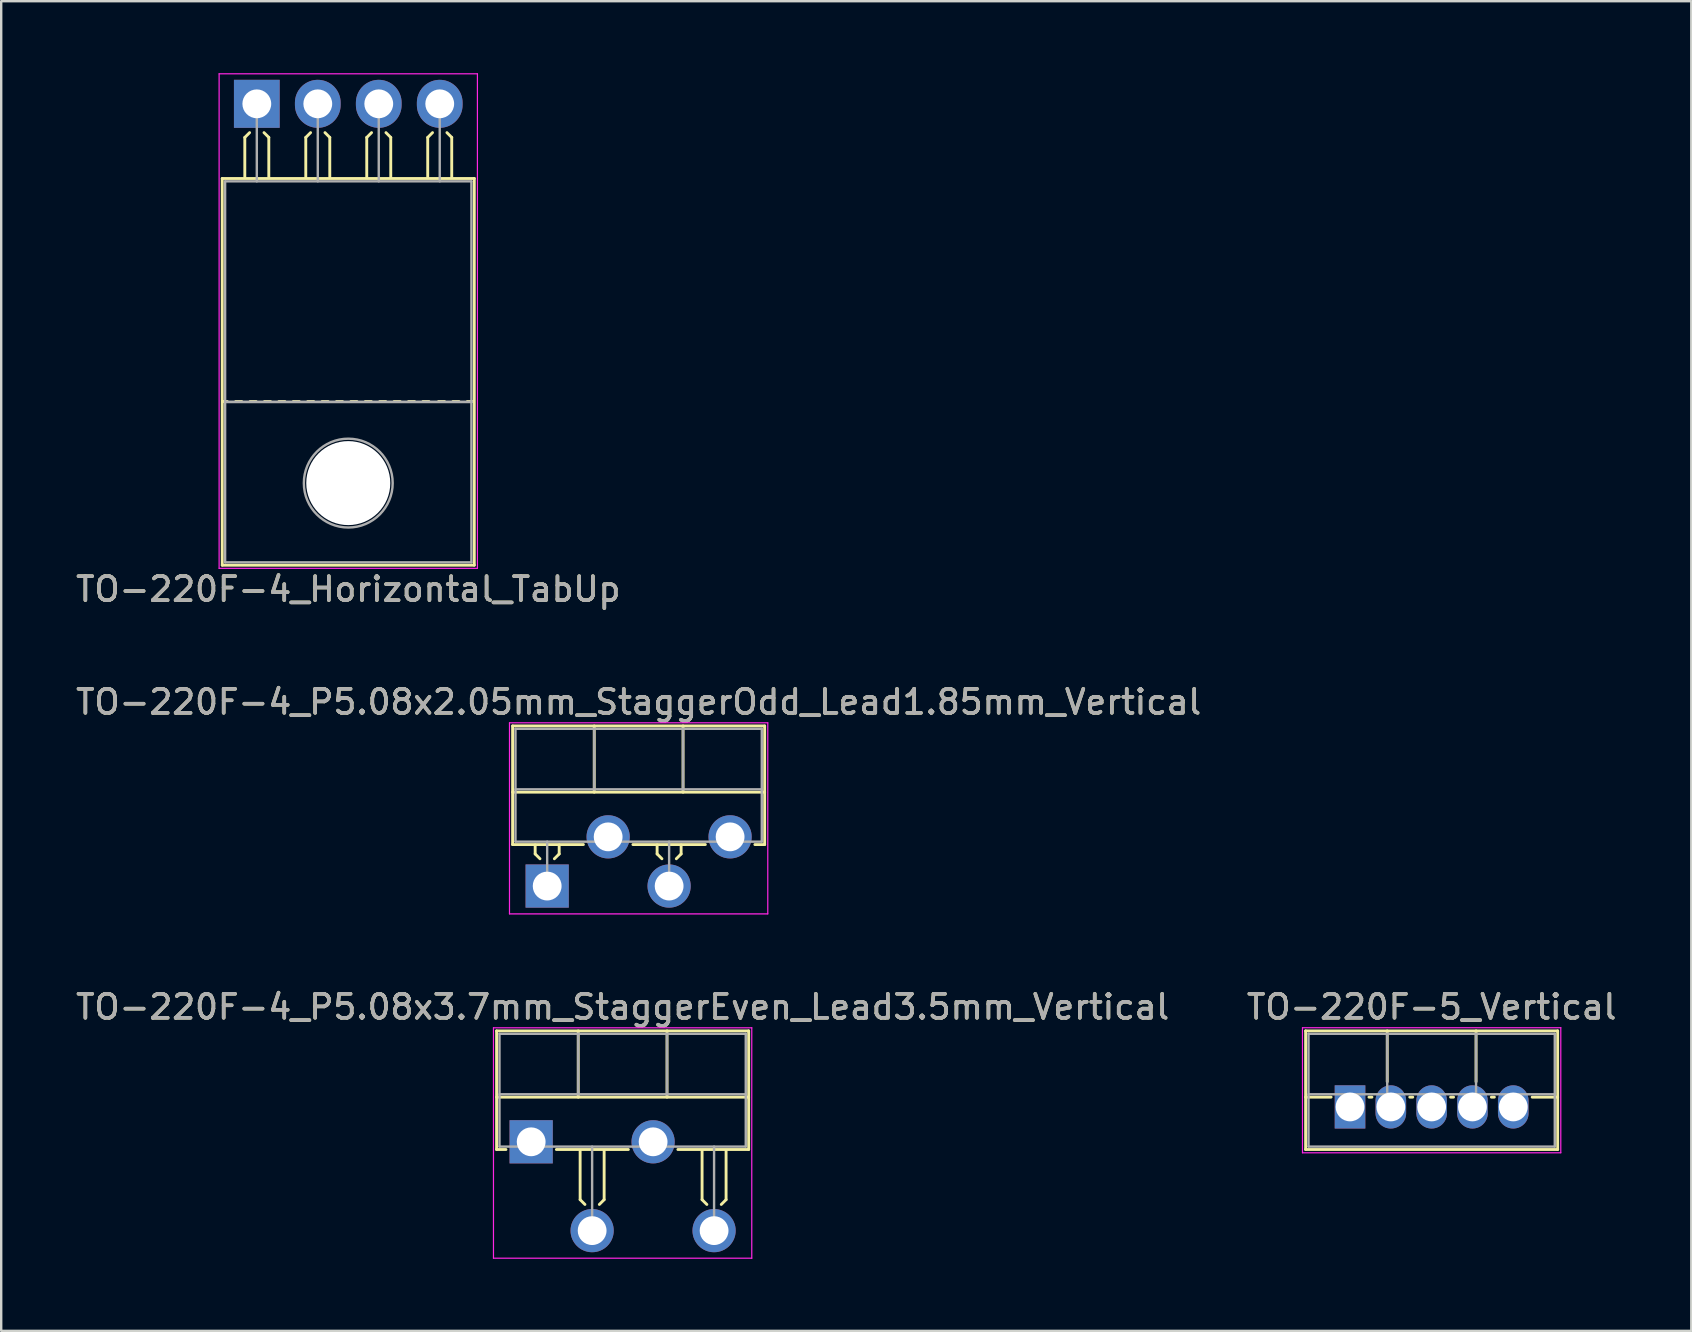
<source format=kicad_pcb>
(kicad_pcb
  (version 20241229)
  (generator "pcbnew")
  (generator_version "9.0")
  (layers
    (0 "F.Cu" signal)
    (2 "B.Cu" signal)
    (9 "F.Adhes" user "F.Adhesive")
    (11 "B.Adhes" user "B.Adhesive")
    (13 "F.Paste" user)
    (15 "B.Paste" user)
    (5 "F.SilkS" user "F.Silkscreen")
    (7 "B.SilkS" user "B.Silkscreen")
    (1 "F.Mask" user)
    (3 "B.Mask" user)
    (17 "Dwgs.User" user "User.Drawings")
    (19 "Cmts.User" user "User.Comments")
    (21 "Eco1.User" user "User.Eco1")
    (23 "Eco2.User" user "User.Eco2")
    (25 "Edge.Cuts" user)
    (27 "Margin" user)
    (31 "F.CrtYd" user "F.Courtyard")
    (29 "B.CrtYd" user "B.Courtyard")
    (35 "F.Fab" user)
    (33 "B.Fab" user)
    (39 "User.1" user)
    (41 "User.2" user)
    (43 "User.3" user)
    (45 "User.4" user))
  (footprint "TO-220F-4_P5.08x3.7mm_StaggerEven_Lead3.5mm_Vertical"
    (layer "F.Cu")
    (at 19.077 44.515)
    (property "Reference" "TO-220F-4_P5.08x3.7mm_StaggerEven_Lead3.5mm_Vertical" (at 3.81 -5.62 0) (layer "F.SilkS") (effects (font (size 1 1) (thickness 0.15))))
    (attr through_hole)
    (fp_line (start -1.44 -4.62) (end -1.44 0.321) (stroke (width 0.12) (type solid)) (layer "F.SilkS"))
    (fp_line (start -1.44 -4.62) (end 9.06 -4.62) (stroke (width 0.12) (type solid)) (layer "F.SilkS"))
    (fp_line (start -1.44 -1.861) (end 9.06 -1.861) (stroke (width 0.12) (type solid)) (layer "F.SilkS"))
    (fp_line (start -1.44 0.321) (end -1.05 0.321) (stroke (width 0.12) (type solid)) (layer "F.SilkS"))
    (fp_line (start 1.05 0.321) (end 4.049 0.321) (stroke (width 0.12) (type solid)) (layer "F.SilkS"))
    (fp_line (start 1.96 -4.62) (end 1.96 -1.861) (stroke (width 0.12) (type solid)) (layer "F.SilkS"))
    (fp_line (start 2.04 0.381) (end 2.04 2.41) (stroke (width 0.12) (type solid)) (layer "F.SilkS"))
    (fp_line (start 2.04 2.41) (end 2.24 2.61) (stroke (width 0.12) (type solid)) (layer "F.SilkS"))
    (fp_line (start 3.04 0.381) (end 3.04 2.41) (stroke (width 0.12) (type solid)) (layer "F.SilkS"))
    (fp_line (start 3.04 2.41) (end 2.84 2.61) (stroke (width 0.12) (type solid)) (layer "F.SilkS"))
    (fp_line (start 5.66 -4.62) (end 5.66 -1.861) (stroke (width 0.12) (type solid)) (layer "F.SilkS"))
    (fp_line (start 6.112 0.321) (end 9.06 0.321) (stroke (width 0.12) (type solid)) (layer "F.SilkS"))
    (fp_line (start 7.12 0.381) (end 7.12 2.41) (stroke (width 0.12) (type solid)) (layer "F.SilkS"))
    (fp_line (start 7.12 2.41) (end 7.32 2.61) (stroke (width 0.12) (type solid)) (layer "F.SilkS"))
    (fp_line (start 8.12 0.381) (end 8.12 2.41) (stroke (width 0.12) (type solid)) (layer "F.SilkS"))
    (fp_line (start 8.12 2.41) (end 7.92 2.61) (stroke (width 0.12) (type solid)) (layer "F.SilkS"))
    (fp_line (start 9.06 -4.62) (end 9.06 0.321) (stroke (width 0.12) (type solid)) (layer "F.SilkS"))
    (fp_line (start -1.57 -4.75) (end -1.57 4.85) (stroke (width 0.05) (type solid)) (layer "F.CrtYd"))
    (fp_line (start -1.57 4.85) (end 9.19 4.85) (stroke (width 0.05) (type solid)) (layer "F.CrtYd"))
    (fp_line (start 9.19 -4.75) (end -1.57 -4.75) (stroke (width 0.05) (type solid)) (layer "F.CrtYd"))
    (fp_line (start 9.19 4.85) (end 9.19 -4.75) (stroke (width 0.05) (type solid)) (layer "F.CrtYd"))
    (fp_line (start -1.32 -4.5) (end -1.32 0.2) (stroke (width 0.1) (type solid)) (layer "F.Fab"))
    (fp_line (start -1.32 -1.98) (end 8.94 -1.98) (stroke (width 0.1) (type solid)) (layer "F.Fab"))
    (fp_line (start -1.32 0.2) (end 8.94 0.2) (stroke (width 0.1) (type solid)) (layer "F.Fab"))
    (fp_line (start 1.96 -4.5) (end 1.96 -1.98) (stroke (width 0.1) (type solid)) (layer "F.Fab"))
    (fp_line (start 2.54 0.2) (end 2.54 3.7) (stroke (width 0.1) (type solid)) (layer "F.Fab"))
    (fp_line (start 5.66 -4.5) (end 5.66 -1.98) (stroke (width 0.1) (type solid)) (layer "F.Fab"))
    (fp_line (start 7.62 0.2) (end 7.62 3.7) (stroke (width 0.1) (type solid)) (layer "F.Fab"))
    (fp_line (start 8.94 -4.5) (end -1.32 -4.5) (stroke (width 0.1) (type solid)) (layer "F.Fab"))
    (fp_line (start 8.94 0.2) (end 8.94 -4.5) (stroke (width 0.1) (type solid)) (layer "F.Fab"))
    (fp_text user "${REFERENCE}" (at 3.81 -5.62 0) (layer "F.Fab") (effects (font (size 1 1) (thickness 0.15))))
    (pad "1" thru_hole rect (at 0 0) (size 1.8 1.8) (drill 1.2) (layers "*.Cu" "*.Mask"))
    (pad "2" thru_hole oval (at 2.54 3.7) (size 1.8 1.8) (drill 1.2) (layers "*.Cu" "*.Mask"))
    (pad "3" thru_hole oval (at 5.08 0) (size 1.8 1.8) (drill 1.2) (layers "*.Cu" "*.Mask"))
    (pad "4" thru_hole oval (at 7.62 3.7) (size 1.8 1.8) (drill 1.2) (layers "*.Cu" "*.Mask")))
  (footprint "TO-220F-4_P5.08x2.05mm_StaggerOdd_Lead1.85mm_Vertical"
    (layer "F.Cu")
    (at 19.744 33.861)
    (property "Reference" "TO-220F-4_P5.08x2.05mm_StaggerOdd_Lead1.85mm_Vertical" (at 3.81 -7.67 0) (layer "F.SilkS") (effects (font (size 1 1) (thickness 0.15))))
    (attr through_hole)
    (fp_line (start -1.44 -6.67) (end -1.44 -1.729) (stroke (width 0.12) (type solid)) (layer "F.SilkS"))
    (fp_line (start -1.44 -6.67) (end 9.06 -6.67) (stroke (width 0.12) (type solid)) (layer "F.SilkS"))
    (fp_line (start -1.44 -3.911) (end 9.06 -3.911) (stroke (width 0.12) (type solid)) (layer "F.SilkS"))
    (fp_line (start -1.44 -1.729) (end 1.509 -1.729) (stroke (width 0.12) (type solid)) (layer "F.SilkS"))
    (fp_line (start -0.5 -1.714) (end -0.5 -1.337) (stroke (width 0.12) (type solid)) (layer "F.SilkS"))
    (fp_line (start -0.5 -1.337) (end -0.3 -1.137) (stroke (width 0.12) (type solid)) (layer "F.SilkS"))
    (fp_line (start 0.5 -1.714) (end 0.5 -1.337) (stroke (width 0.12) (type solid)) (layer "F.SilkS"))
    (fp_line (start 0.5 -1.337) (end 0.3 -1.137) (stroke (width 0.12) (type solid)) (layer "F.SilkS"))
    (fp_line (start 1.96 -6.67) (end 1.96 -3.911) (stroke (width 0.12) (type solid)) (layer "F.SilkS"))
    (fp_line (start 3.572 -1.729) (end 6.589 -1.729) (stroke (width 0.12) (type solid)) (layer "F.SilkS"))
    (fp_line (start 4.58 -1.714) (end 4.58 -1.337) (stroke (width 0.12) (type solid)) (layer "F.SilkS"))
    (fp_line (start 4.58 -1.337) (end 4.78 -1.137) (stroke (width 0.12) (type solid)) (layer "F.SilkS"))
    (fp_line (start 5.58 -1.714) (end 5.58 -1.337) (stroke (width 0.12) (type solid)) (layer "F.SilkS"))
    (fp_line (start 5.58 -1.337) (end 5.38 -1.137) (stroke (width 0.12) (type solid)) (layer "F.SilkS"))
    (fp_line (start 5.66 -6.67) (end 5.66 -3.911) (stroke (width 0.12) (type solid)) (layer "F.SilkS"))
    (fp_line (start 8.652 -1.729) (end 9.06 -1.729) (stroke (width 0.12) (type solid)) (layer "F.SilkS"))
    (fp_line (start 9.06 -6.67) (end 9.06 -1.729) (stroke (width 0.12) (type solid)) (layer "F.SilkS"))
    (fp_line (start -1.57 -6.8) (end -1.57 1.16) (stroke (width 0.05) (type solid)) (layer "F.CrtYd"))
    (fp_line (start -1.57 1.16) (end 9.19 1.16) (stroke (width 0.05) (type solid)) (layer "F.CrtYd"))
    (fp_line (start 9.19 -6.8) (end -1.57 -6.8) (stroke (width 0.05) (type solid)) (layer "F.CrtYd"))
    (fp_line (start 9.19 1.16) (end 9.19 -6.8) (stroke (width 0.05) (type solid)) (layer "F.CrtYd"))
    (fp_line (start -1.32 -6.55) (end -1.32 -1.85) (stroke (width 0.1) (type solid)) (layer "F.Fab"))
    (fp_line (start -1.32 -4.03) (end 8.94 -4.03) (stroke (width 0.1) (type solid)) (layer "F.Fab"))
    (fp_line (start -1.32 -1.85) (end 8.94 -1.85) (stroke (width 0.1) (type solid)) (layer "F.Fab"))
    (fp_line (start 0 -1.85) (end 0 0) (stroke (width 0.1) (type solid)) (layer "F.Fab"))
    (fp_line (start 1.96 -6.55) (end 1.96 -4.03) (stroke (width 0.1) (type solid)) (layer "F.Fab"))
    (fp_line (start 5.08 -1.85) (end 5.08 0) (stroke (width 0.1) (type solid)) (layer "F.Fab"))
    (fp_line (start 5.66 -6.55) (end 5.66 -4.03) (stroke (width 0.1) (type solid)) (layer "F.Fab"))
    (fp_line (start 8.94 -6.55) (end -1.32 -6.55) (stroke (width 0.1) (type solid)) (layer "F.Fab"))
    (fp_line (start 8.94 -1.85) (end 8.94 -6.55) (stroke (width 0.1) (type solid)) (layer "F.Fab"))
    (fp_text user "${REFERENCE}" (at 3.81 -7.67 0) (layer "F.Fab") (effects (font (size 1 1) (thickness 0.15))))
    (pad "1" thru_hole rect (at 0 0) (size 1.8 1.8) (drill 1.2) (layers "*.Cu" "*.Mask"))
    (pad "2" thru_hole oval (at 2.54 -2.05) (size 1.8 1.8) (drill 1.2) (layers "*.Cu" "*.Mask"))
    (pad "3" thru_hole oval (at 5.08 0) (size 1.8 1.8) (drill 1.2) (layers "*.Cu" "*.Mask"))
    (pad "4" thru_hole oval (at 7.62 -2.05) (size 1.8 1.8) (drill 1.2) (layers "*.Cu" "*.Mask")))
  (footprint "TO-220F-4_Horizontal_TabUp"
    (layer "F.Cu")
    (at 7.648 1.275)
    (property "Reference" "TO-220F-4_Horizontal_TabUp" (at 3.81 20.22 0) (layer "F.SilkS") (effects (font (size 1 1) (thickness 0.15))))
    (attr through_hole)
    (fp_line (start -1.44 19.22) (end -1.44 3.11) (stroke (width 0.12) (type solid)) (layer "F.SilkS"))
    (fp_line (start -1.23 12.4) (end -1.43 12.4) (stroke (width 0.12) (type solid)) (layer "F.SilkS"))
    (fp_line (start -0.63 12.4) (end -0.88 12.4) (stroke (width 0.12) (type solid)) (layer "F.SilkS"))
    (fp_line (start -0.5 1.4) (end -0.3 1.2) (stroke (width 0.12) (type solid)) (layer "F.SilkS"))
    (fp_line (start -0.5 3.048) (end -0.5 1.4) (stroke (width 0.12) (type solid)) (layer "F.SilkS"))
    (fp_line (start -0.03 12.4) (end -0.28 12.4) (stroke (width 0.12) (type solid)) (layer "F.SilkS"))
    (fp_line (start 0.5 1.4) (end 0.3 1.2) (stroke (width 0.12) (type solid)) (layer "F.SilkS"))
    (fp_line (start 0.5 3.048) (end 0.5 1.4) (stroke (width 0.12) (type solid)) (layer "F.SilkS"))
    (fp_line (start 0.57 12.4) (end 0.32 12.4) (stroke (width 0.12) (type solid)) (layer "F.SilkS"))
    (fp_line (start 1.17 12.4) (end 0.92 12.4) (stroke (width 0.12) (type solid)) (layer "F.SilkS"))
    (fp_line (start 1.77 12.4) (end 1.52 12.4) (stroke (width 0.12) (type solid)) (layer "F.SilkS"))
    (fp_line (start 2.04 1.4) (end 2.24 1.2) (stroke (width 0.12) (type solid)) (layer "F.SilkS"))
    (fp_line (start 2.04 3.048) (end 2.04 1.4) (stroke (width 0.12) (type solid)) (layer "F.SilkS"))
    (fp_line (start 2.37 12.4) (end 2.12 12.4) (stroke (width 0.12) (type solid)) (layer "F.SilkS"))
    (fp_line (start 2.97 12.4) (end 2.72 12.4) (stroke (width 0.12) (type solid)) (layer "F.SilkS"))
    (fp_line (start 3.04 1.4) (end 2.84 1.2) (stroke (width 0.12) (type solid)) (layer "F.SilkS"))
    (fp_line (start 3.04 3.048) (end 3.04 1.4) (stroke (width 0.12) (type solid)) (layer "F.SilkS"))
    (fp_line (start 3.57 12.4) (end 3.32 12.4) (stroke (width 0.12) (type solid)) (layer "F.SilkS"))
    (fp_line (start 4.17 12.4) (end 3.92 12.4) (stroke (width 0.12) (type solid)) (layer "F.SilkS"))
    (fp_line (start 4.58 1.4) (end 4.78 1.2) (stroke (width 0.12) (type solid)) (layer "F.SilkS"))
    (fp_line (start 4.58 3.048) (end 4.58 1.4) (stroke (width 0.12) (type solid)) (layer "F.SilkS"))
    (fp_line (start 4.77 12.4) (end 4.52 12.4) (stroke (width 0.12) (type solid)) (layer "F.SilkS"))
    (fp_line (start 5.37 12.4) (end 5.12 12.4) (stroke (width 0.12) (type solid)) (layer "F.SilkS"))
    (fp_line (start 5.58 1.4) (end 5.38 1.2) (stroke (width 0.12) (type solid)) (layer "F.SilkS"))
    (fp_line (start 5.58 3.048) (end 5.58 1.4) (stroke (width 0.12) (type solid)) (layer "F.SilkS"))
    (fp_line (start 5.97 12.4) (end 5.72 12.4) (stroke (width 0.12) (type solid)) (layer "F.SilkS"))
    (fp_line (start 6.57 12.4) (end 6.32 12.4) (stroke (width 0.12) (type solid)) (layer "F.SilkS"))
    (fp_line (start 7.12 1.4) (end 7.32 1.2) (stroke (width 0.12) (type solid)) (layer "F.SilkS"))
    (fp_line (start 7.12 3.048) (end 7.12 1.4) (stroke (width 0.12) (type solid)) (layer "F.SilkS"))
    (fp_line (start 7.17 12.4) (end 6.92 12.4) (stroke (width 0.12) (type solid)) (layer "F.SilkS"))
    (fp_line (start 7.82 12.4) (end 7.57 12.4) (stroke (width 0.12) (type solid)) (layer "F.SilkS"))
    (fp_line (start 8.12 1.4) (end 7.92 1.2) (stroke (width 0.12) (type solid)) (layer "F.SilkS"))
    (fp_line (start 8.12 3.048) (end 8.12 1.4) (stroke (width 0.12) (type solid)) (layer "F.SilkS"))
    (fp_line (start 8.42 12.4) (end 8.17 12.4) (stroke (width 0.12) (type solid)) (layer "F.SilkS"))
    (fp_line (start 9.02 12.4) (end 8.77 12.4) (stroke (width 0.12) (type solid)) (layer "F.SilkS"))
    (fp_line (start 9.06 3.11) (end -1.44 3.11) (stroke (width 0.12) (type solid)) (layer "F.SilkS"))
    (fp_line (start 9.06 19.22) (end -1.44 19.22) (stroke (width 0.12) (type solid)) (layer "F.SilkS"))
    (fp_line (start 9.06 19.22) (end 9.06 3.11) (stroke (width 0.12) (type solid)) (layer "F.SilkS"))
    (fp_line (start -1.57 -1.25) (end -1.57 19.35) (stroke (width 0.05) (type solid)) (layer "F.CrtYd"))
    (fp_line (start -1.57 19.35) (end 9.19 19.35) (stroke (width 0.05) (type solid)) (layer "F.CrtYd"))
    (fp_line (start 9.19 -1.25) (end -1.57 -1.25) (stroke (width 0.05) (type solid)) (layer "F.CrtYd"))
    (fp_line (start 9.19 19.35) (end 9.19 -1.25) (stroke (width 0.05) (type solid)) (layer "F.CrtYd"))
    (fp_line (start -1.32 3.23) (end -1.32 12.42) (stroke (width 0.1) (type solid)) (layer "F.Fab"))
    (fp_line (start -1.32 12.42) (end -1.32 19.1) (stroke (width 0.1) (type solid)) (layer "F.Fab"))
    (fp_line (start -1.32 12.42) (end 8.94 12.42) (stroke (width 0.1) (type solid)) (layer "F.Fab"))
    (fp_line (start -1.32 19.1) (end 8.94 19.1) (stroke (width 0.1) (type solid)) (layer "F.Fab"))
    (fp_line (start 0 3.23) (end 0 0) (stroke (width 0.1) (type solid)) (layer "F.Fab"))
    (fp_line (start 2.54 3.23) (end 2.54 0) (stroke (width 0.1) (type solid)) (layer "F.Fab"))
    (fp_line (start 5.08 3.23) (end 5.08 0) (stroke (width 0.1) (type solid)) (layer "F.Fab"))
    (fp_line (start 7.62 3.23) (end 7.62 0) (stroke (width 0.1) (type solid)) (layer "F.Fab"))
    (fp_line (start 8.94 3.23) (end -1.32 3.23) (stroke (width 0.1) (type solid)) (layer "F.Fab"))
    (fp_line (start 8.94 12.42) (end -1.32 12.42) (stroke (width 0.1) (type solid)) (layer "F.Fab"))
    (fp_line (start 8.94 12.42) (end 8.94 3.23) (stroke (width 0.1) (type solid)) (layer "F.Fab"))
    (fp_line (start 8.94 19.1) (end 8.94 12.42) (stroke (width 0.1) (type solid)) (layer "F.Fab"))
    (fp_circle (center 3.81 15.8) (end 5.66 15.8) (stroke (width 0.1) (type solid)) (fill no) (layer "F.Fab"))
    (fp_text user "${REFERENCE}" (at 3.81 20.22 0) (layer "F.Fab") (effects (font (size 1 1) (thickness 0.15))))
    (pad "" np_thru_hole oval (at 3.81 15.8) (size 3.5 3.5) (drill 3.5) (layers "*.Cu" "*.Mask"))
    (pad "1" thru_hole rect (at 0 0) (size 1.905 2) (drill 1.2) (layers "*.Cu" "*.Mask"))
    (pad "2" thru_hole oval (at 2.54 0) (size 1.905 2) (drill 1.2) (layers "*.Cu" "*.Mask"))
    (pad "3" thru_hole oval (at 5.08 0) (size 1.905 2) (drill 1.2) (layers "*.Cu" "*.Mask"))
    (pad "4" thru_hole oval (at 7.62 0) (size 1.905 2) (drill 1.2) (layers "*.Cu" "*.Mask")))
  (footprint "TO-220F-5_Vertical"
    (layer "F.Cu")
    (at 53.189 43.062)
    (property "Reference" "TO-220F-5_Vertical" (at 3.4 -4.168 0) (layer "F.SilkS") (effects (font (size 1 1) (thickness 0.15))))
    (attr through_hole)
    (fp_line (start -1.85 -3.168) (end -1.85 1.773) (stroke (width 0.12) (type solid)) (layer "F.SilkS"))
    (fp_line (start -1.85 -3.168) (end 8.65 -3.168) (stroke (width 0.12) (type solid)) (layer "F.SilkS"))
    (fp_line (start -1.85 -0.408) (end -0.788 -0.408) (stroke (width 0.12) (type solid)) (layer "F.SilkS"))
    (fp_line (start -1.85 1.773) (end 8.65 1.773) (stroke (width 0.12) (type solid)) (layer "F.SilkS"))
    (fp_line (start 0.788 -0.408) (end 0.913 -0.408) (stroke (width 0.12) (type solid)) (layer "F.SilkS"))
    (fp_line (start 1.55 -3.168) (end 1.55 -1.05) (stroke (width 0.12) (type solid)) (layer "F.SilkS"))
    (fp_line (start 2.488 -0.408) (end 2.613 -0.408) (stroke (width 0.12) (type solid)) (layer "F.SilkS"))
    (fp_line (start 4.188 -0.408) (end 4.313 -0.408) (stroke (width 0.12) (type solid)) (layer "F.SilkS"))
    (fp_line (start 5.25 -3.168) (end 5.25 -1.05) (stroke (width 0.12) (type solid)) (layer "F.SilkS"))
    (fp_line (start 5.888 -0.408) (end 6.013 -0.408) (stroke (width 0.12) (type solid)) (layer "F.SilkS"))
    (fp_line (start 7.588 -0.408) (end 8.65 -0.408) (stroke (width 0.12) (type solid)) (layer "F.SilkS"))
    (fp_line (start 8.65 -3.168) (end 8.65 1.773) (stroke (width 0.12) (type solid)) (layer "F.SilkS"))
    (fp_line (start -1.98 -3.3) (end -1.98 1.91) (stroke (width 0.05) (type solid)) (layer "F.CrtYd"))
    (fp_line (start -1.98 1.91) (end 8.78 1.91) (stroke (width 0.05) (type solid)) (layer "F.CrtYd"))
    (fp_line (start 8.78 -3.3) (end -1.98 -3.3) (stroke (width 0.05) (type solid)) (layer "F.CrtYd"))
    (fp_line (start 8.78 1.91) (end 8.78 -3.3) (stroke (width 0.05) (type solid)) (layer "F.CrtYd"))
    (fp_line (start -1.73 -3.047) (end -1.73 1.653) (stroke (width 0.1) (type solid)) (layer "F.Fab"))
    (fp_line (start -1.73 -0.527) (end 8.53 -0.527) (stroke (width 0.1) (type solid)) (layer "F.Fab"))
    (fp_line (start -1.73 1.653) (end 8.53 1.653) (stroke (width 0.1) (type solid)) (layer "F.Fab"))
    (fp_line (start 1.55 -3.047) (end 1.55 -0.527) (stroke (width 0.1) (type solid)) (layer "F.Fab"))
    (fp_line (start 5.25 -3.047) (end 5.25 -0.527) (stroke (width 0.1) (type solid)) (layer "F.Fab"))
    (fp_line (start 8.53 -3.047) (end -1.73 -3.047) (stroke (width 0.1) (type solid)) (layer "F.Fab"))
    (fp_line (start 8.53 1.653) (end 8.53 -3.047) (stroke (width 0.1) (type solid)) (layer "F.Fab"))
    (fp_text user "${REFERENCE}" (at 3.4 -4.168 0) (layer "F.Fab") (effects (font (size 1 1) (thickness 0.15))))
    (pad "1" thru_hole rect (at 0 0) (size 1.275 1.8) (drill 1.2) (layers "*.Cu" "*.Mask"))
    (pad "2" thru_hole oval (at 1.7 0) (size 1.275 1.8) (drill 1.2) (layers "*.Cu" "*.Mask"))
    (pad "3" thru_hole oval (at 3.4 0) (size 1.275 1.8) (drill 1.2) (layers "*.Cu" "*.Mask"))
    (pad "4" thru_hole oval (at 5.1 0) (size 1.275 1.8) (drill 1.2) (layers "*.Cu" "*.Mask"))
    (pad "5" thru_hole oval (at 6.8 0) (size 1.275 1.8) (drill 1.2) (layers "*.Cu" "*.Mask")))
  (gr_rect
    (start -3 -3)
    (end 67.405 52.39)
    (stroke (width 0.1) (type default))
    (fill no)
    (layer "Edge.Cuts")))
</source>
